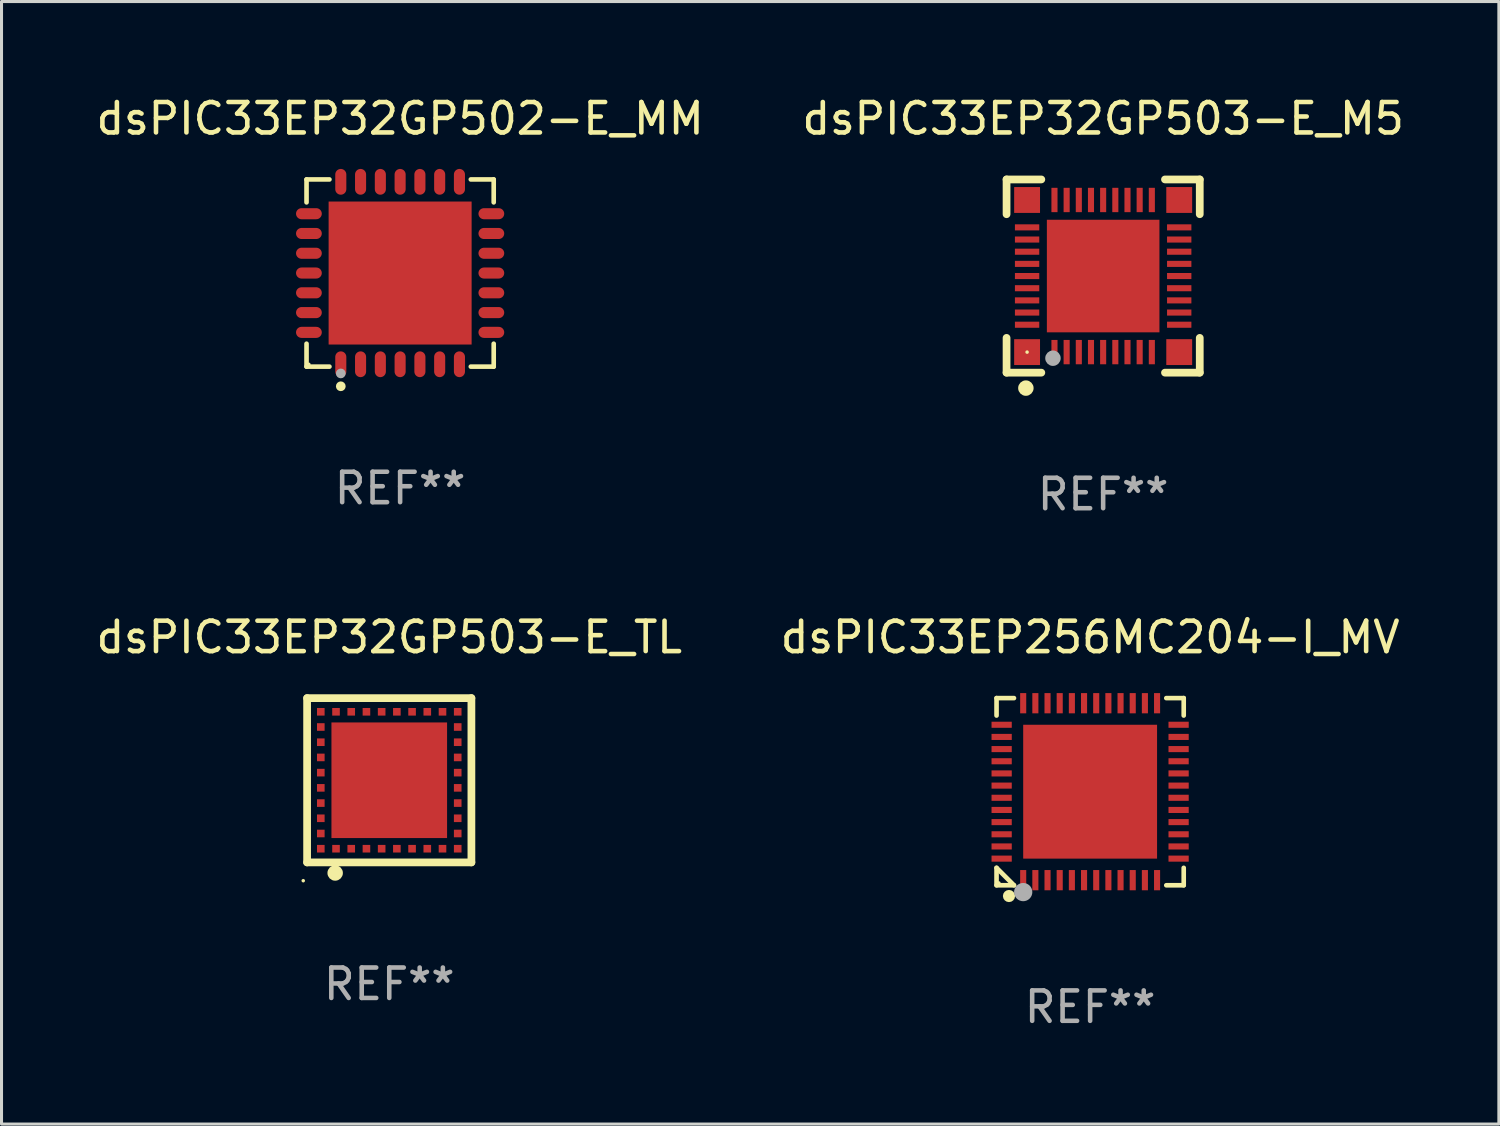
<source format=kicad_pcb>
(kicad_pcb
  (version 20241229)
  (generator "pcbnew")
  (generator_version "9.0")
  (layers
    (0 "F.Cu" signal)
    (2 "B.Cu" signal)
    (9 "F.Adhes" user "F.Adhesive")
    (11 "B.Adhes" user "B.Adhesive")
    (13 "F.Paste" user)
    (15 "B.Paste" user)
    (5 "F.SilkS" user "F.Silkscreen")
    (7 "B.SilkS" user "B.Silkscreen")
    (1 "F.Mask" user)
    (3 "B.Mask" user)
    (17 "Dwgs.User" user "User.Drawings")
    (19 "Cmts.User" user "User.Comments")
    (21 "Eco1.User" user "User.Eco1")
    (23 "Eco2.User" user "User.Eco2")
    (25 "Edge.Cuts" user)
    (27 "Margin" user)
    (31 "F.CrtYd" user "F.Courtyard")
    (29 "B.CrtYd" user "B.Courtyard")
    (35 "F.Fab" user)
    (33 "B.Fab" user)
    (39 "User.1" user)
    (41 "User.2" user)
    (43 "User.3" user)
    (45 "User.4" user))
  (footprint "dsPIC33EP32GP503-E_TL"
    (layer "F.Cu")
    (at 9.744 22.595)
    (property "Reference" "dsPIC33EP32GP503-E_TL" (at 0 -4.7 0) (layer "F.SilkS") (effects (font (size 1 1) (thickness 0.15))))
    (attr through_hole)
    (fp_line (start -2.7 -2.7) (end 2.7 -2.7) (stroke (width 0.254) (type solid)) (layer "F.SilkS"))
    (fp_line (start -2.7 2.7) (end -2.7 -2.7) (stroke (width 0.254) (type solid)) (layer "F.SilkS"))
    (fp_line (start 2.7 -2.7) (end 2.7 2.7) (stroke (width 0.254) (type solid)) (layer "F.SilkS"))
    (fp_line (start 2.7 2.7) (end -2.7 2.7) (stroke (width 0.254) (type solid)) (layer "F.SilkS"))
    (fp_circle (center -2.827 3.302) (end -2.797 3.302) (stroke (width 0.06) (type solid)) (fill no) (layer "F.SilkS"))
    (fp_circle (center -1.778 3.048) (end -1.651 3.048) (stroke (width 0.254) (type solid)) (fill no) (layer "F.SilkS"))
    (fp_text user "REF**" (at 0 6.7 0) (layer "F.Fab") (effects (font (size 1 1) (thickness 0.15))))
    (pad "1" smd rect (at -1.75 2.25) (size 0.25 0.25) (layers "F.Cu" "F.Mask" "F.Paste"))
    (pad "2" smd rect (at -1.25 2.25) (size 0.25 0.25) (layers "F.Cu" "F.Mask" "F.Paste"))
    (pad "3" smd rect (at -0.75 2.25) (size 0.25 0.25) (layers "F.Cu" "F.Mask" "F.Paste"))
    (pad "4" smd rect (at -0.25 2.25) (size 0.25 0.25) (layers "F.Cu" "F.Mask" "F.Paste"))
    (pad "5" smd rect (at 0.25 2.25) (size 0.25 0.25) (layers "F.Cu" "F.Mask" "F.Paste"))
    (pad "6" smd rect (at 0.75 2.25) (size 0.25 0.25) (layers "F.Cu" "F.Mask" "F.Paste"))
    (pad "7" smd rect (at 1.25 2.25) (size 0.25 0.25) (layers "F.Cu" "F.Mask" "F.Paste"))
    (pad "8" smd rect (at 1.75 2.25) (size 0.25 0.25) (layers "F.Cu" "F.Mask" "F.Paste"))
    (pad "9" smd rect (at 2.25 2.25) (size 0.25 0.25) (layers "F.Cu" "F.Mask" "F.Paste"))
    (pad "10" smd rect (at 2.25 1.75) (size 0.25 0.25) (layers "F.Cu" "F.Mask" "F.Paste"))
    (pad "11" smd rect (at 2.25 1.25) (size 0.25 0.25) (layers "F.Cu" "F.Mask" "F.Paste"))
    (pad "12" smd rect (at 2.25 0.75) (size 0.25 0.25) (layers "F.Cu" "F.Mask" "F.Paste"))
    (pad "13" smd rect (at 2.25 0.25) (size 0.25 0.25) (layers "F.Cu" "F.Mask" "F.Paste"))
    (pad "14" smd rect (at 2.25 -0.25) (size 0.25 0.25) (layers "F.Cu" "F.Mask" "F.Paste"))
    (pad "15" smd rect (at 2.25 -0.75) (size 0.25 0.25) (layers "F.Cu" "F.Mask" "F.Paste"))
    (pad "16" smd rect (at 2.25 -1.25) (size 0.25 0.25) (layers "F.Cu" "F.Mask" "F.Paste"))
    (pad "17" smd rect (at 2.25 -1.75) (size 0.25 0.25) (layers "F.Cu" "F.Mask" "F.Paste"))
    (pad "18" smd rect (at 2.25 -2.25) (size 0.25 0.25) (layers "F.Cu" "F.Mask" "F.Paste"))
    (pad "19" smd rect (at 1.75 -2.25) (size 0.25 0.25) (layers "F.Cu" "F.Mask" "F.Paste"))
    (pad "20" smd rect (at 1.25 -2.25) (size 0.25 0.25) (layers "F.Cu" "F.Mask" "F.Paste"))
    (pad "21" smd rect (at 0.75 -2.25) (size 0.25 0.25) (layers "F.Cu" "F.Mask" "F.Paste"))
    (pad "22" smd rect (at 0.25 -2.25) (size 0.25 0.25) (layers "F.Cu" "F.Mask" "F.Paste"))
    (pad "23" smd rect (at -0.25 -2.25) (size 0.25 0.25) (layers "F.Cu" "F.Mask" "F.Paste"))
    (pad "24" smd rect (at -0.75 -2.25) (size 0.25 0.25) (layers "F.Cu" "F.Mask" "F.Paste"))
    (pad "25" smd rect (at -1.25 -2.25) (size 0.25 0.25) (layers "F.Cu" "F.Mask" "F.Paste"))
    (pad "26" smd rect (at -1.75 -2.25) (size 0.25 0.25) (layers "F.Cu" "F.Mask" "F.Paste"))
    (pad "27" smd rect (at -2.25 -2.25) (size 0.25 0.25) (layers "F.Cu" "F.Mask" "F.Paste"))
    (pad "28" smd rect (at -2.25 -1.75) (size 0.25 0.25) (layers "F.Cu" "F.Mask" "F.Paste"))
    (pad "29" smd rect (at -2.25 -1.25) (size 0.25 0.25) (layers "F.Cu" "F.Mask" "F.Paste"))
    (pad "30" smd rect (at -2.25 -0.75) (size 0.25 0.25) (layers "F.Cu" "F.Mask" "F.Paste"))
    (pad "31" smd rect (at -2.25 -0.25) (size 0.25 0.25) (layers "F.Cu" "F.Mask" "F.Paste"))
    (pad "32" smd rect (at -2.25 0.25) (size 0.25 0.25) (layers "F.Cu" "F.Mask" "F.Paste"))
    (pad "33" smd rect (at -2.25 0.75) (size 0.25 0.25) (layers "F.Cu" "F.Mask" "F.Paste"))
    (pad "34" smd rect (at -2.25 1.25) (size 0.25 0.25) (layers "F.Cu" "F.Mask" "F.Paste"))
    (pad "35" smd rect (at -2.25 1.75) (size 0.25 0.25) (layers "F.Cu" "F.Mask" "F.Paste"))
    (pad "36" smd rect (at -2.25 2.25) (size 0.25 0.25) (layers "F.Cu" "F.Mask" "F.Paste"))
    (pad "37" smd rect (at 0.000127 -0.000076) (size 3.8 3.8) (layers "F.Cu" "F.Mask" "F.Paste")))
  (footprint "dsPIC33EP32GP503-E_M5"
    (layer "F.Cu")
    (at 33.208 6.023)
    (property "Reference" "dsPIC33EP32GP503-E_M5" (at 0 -5.175 0) (layer "F.SilkS") (effects (font (size 1 1) (thickness 0.15))))
    (attr through_hole)
    (fp_line (start -3.175 -3.175) (end -2.032 -3.175) (stroke (width 0.254) (type solid)) (layer "F.SilkS"))
    (fp_line (start -3.175 -2.032) (end -3.175 -3.175) (stroke (width 0.254) (type solid)) (layer "F.SilkS"))
    (fp_line (start -3.175 3.175) (end -3.175 2.032) (stroke (width 0.254) (type solid)) (layer "F.SilkS"))
    (fp_line (start -2.032 3.175) (end -3.175 3.175) (stroke (width 0.254) (type solid)) (layer "F.SilkS"))
    (fp_line (start 2.032 -3.175) (end 3.175 -3.175) (stroke (width 0.254) (type solid)) (layer "F.SilkS"))
    (fp_line (start 3.175 -3.175) (end 3.175 -2.032) (stroke (width 0.254) (type solid)) (layer "F.SilkS"))
    (fp_line (start 3.175 2.032) (end 3.175 3.175) (stroke (width 0.254) (type solid)) (layer "F.SilkS"))
    (fp_line (start 3.175 3.175) (end 2.032 3.175) (stroke (width 0.254) (type solid)) (layer "F.SilkS"))
    (fp_circle (center -2.54 3.683) (end -2.413 3.683) (stroke (width 0.254) (type solid)) (fill no) (layer "F.SilkS"))
    (fp_circle (center -2.5 2.5) (end -2.47 2.5) (stroke (width 0.06) (type solid)) (fill no) (layer "F.SilkS"))
    (fp_circle (center -1.65 2.7) (end -1.523 2.7) (stroke (width 0.254) (type solid)) (fill no) (layer "F.Fab"))
    (fp_text user "REF**" (at 0 7.175 0) (layer "F.Fab") (effects (font (size 1 1) (thickness 0.15))))
    (pad "1" smd rect (at -1.6 2.5) (size 0.2 0.8) (layers "F.Cu" "F.Mask" "F.Paste"))
    (pad "2" smd rect (at -1.2 2.5) (size 0.2 0.8) (layers "F.Cu" "F.Mask" "F.Paste"))
    (pad "3" smd rect (at -0.8 2.5) (size 0.2 0.8) (layers "F.Cu" "F.Mask" "F.Paste"))
    (pad "4" smd rect (at -0.4 2.5) (size 0.2 0.8) (layers "F.Cu" "F.Mask" "F.Paste"))
    (pad "5" smd rect (at -0.000051 2.5) (size 0.2 0.8) (layers "F.Cu" "F.Mask" "F.Paste"))
    (pad "6" smd rect (at 0.4 2.5) (size 0.2 0.8) (layers "F.Cu" "F.Mask" "F.Paste"))
    (pad "7" smd rect (at 0.8 2.5) (size 0.2 0.8) (layers "F.Cu" "F.Mask" "F.Paste"))
    (pad "8" smd rect (at 1.2 2.5) (size 0.2 0.8) (layers "F.Cu" "F.Mask" "F.Paste"))
    (pad "9" smd rect (at 1.6 2.5) (size 0.2 0.8) (layers "F.Cu" "F.Mask" "F.Paste"))
    (pad "10" smd rect (at 2.5 1.6 90) (size 0.2 0.8) (layers "F.Cu" "F.Mask" "F.Paste"))
    (pad "11" smd rect (at 2.5 1.2 90) (size 0.2 0.8) (layers "F.Cu" "F.Mask" "F.Paste"))
    (pad "12" smd rect (at 2.5 0.8 90) (size 0.2 0.8) (layers "F.Cu" "F.Mask" "F.Paste"))
    (pad "13" smd rect (at 2.5 0.4 90) (size 0.2 0.8) (layers "F.Cu" "F.Mask" "F.Paste"))
    (pad "14" smd rect (at 2.5 -0.000051 90) (size 0.2 0.8) (layers "F.Cu" "F.Mask" "F.Paste"))
    (pad "15" smd rect (at 2.5 -0.4 90) (size 0.2 0.8) (layers "F.Cu" "F.Mask" "F.Paste"))
    (pad "16" smd rect (at 2.5 -0.8 90) (size 0.2 0.8) (layers "F.Cu" "F.Mask" "F.Paste"))
    (pad "17" smd rect (at 2.5 -1.2 90) (size 0.2 0.8) (layers "F.Cu" "F.Mask" "F.Paste"))
    (pad "18" smd rect (at 2.5 -1.6 90) (size 0.2 0.8) (layers "F.Cu" "F.Mask" "F.Paste"))
    (pad "19" smd rect (at 1.6 -2.5 180) (size 0.2 0.8) (layers "F.Cu" "F.Mask" "F.Paste"))
    (pad "20" smd rect (at 1.2 -2.5 180) (size 0.2 0.8) (layers "F.Cu" "F.Mask" "F.Paste"))
    (pad "21" smd rect (at 0.8 -2.5 180) (size 0.2 0.8) (layers "F.Cu" "F.Mask" "F.Paste"))
    (pad "22" smd rect (at 0.4 -2.5 180) (size 0.2 0.8) (layers "F.Cu" "F.Mask" "F.Paste"))
    (pad "23" smd rect (at -0.000051 -2.5 180) (size 0.2 0.8) (layers "F.Cu" "F.Mask" "F.Paste"))
    (pad "24" smd rect (at -0.4 -2.5 180) (size 0.2 0.8) (layers "F.Cu" "F.Mask" "F.Paste"))
    (pad "25" smd rect (at -0.8 -2.5 180) (size 0.2 0.8) (layers "F.Cu" "F.Mask" "F.Paste"))
    (pad "26" smd rect (at -1.2 -2.5 180) (size 0.2 0.8) (layers "F.Cu" "F.Mask" "F.Paste"))
    (pad "27" smd rect (at -1.6 -2.5 180) (size 0.2 0.8) (layers "F.Cu" "F.Mask" "F.Paste"))
    (pad "28" smd rect (at -2.5 -1.6 270) (size 0.2 0.8) (layers "F.Cu" "F.Mask" "F.Paste"))
    (pad "29" smd rect (at -2.5 -1.2 270) (size 0.2 0.8) (layers "F.Cu" "F.Mask" "F.Paste"))
    (pad "30" smd rect (at -2.5 -0.8 270) (size 0.2 0.8) (layers "F.Cu" "F.Mask" "F.Paste"))
    (pad "31" smd rect (at -2.5 -0.4 270) (size 0.2 0.8) (layers "F.Cu" "F.Mask" "F.Paste"))
    (pad "32" smd rect (at -2.5 -0.000051 270) (size 0.2 0.8) (layers "F.Cu" "F.Mask" "F.Paste"))
    (pad "33" smd rect (at -2.5 0.4 270) (size 0.2 0.8) (layers "F.Cu" "F.Mask" "F.Paste"))
    (pad "34" smd rect (at -2.5 0.8 270) (size 0.2 0.8) (layers "F.Cu" "F.Mask" "F.Paste"))
    (pad "35" smd rect (at -2.5 1.2 270) (size 0.2 0.8) (layers "F.Cu" "F.Mask" "F.Paste"))
    (pad "36" smd rect (at -2.5 1.6 270) (size 0.2 0.8) (layers "F.Cu" "F.Mask" "F.Paste"))
    (pad "37" smd rect (at -2.5 -2.5) (size 0.85 0.85) (layers "F.Cu" "F.Mask" "F.Paste"))
    (pad "37" smd rect (at -2.5 2.5) (size 0.85 0.85) (layers "F.Cu" "F.Mask" "F.Paste"))
    (pad "37" smd rect (at -0.000051 -0.000051) (size 3.7 3.7) (layers "F.Cu" "F.Mask" "F.Paste"))
    (pad "37" smd rect (at 2.5 -2.5) (size 0.85 0.85) (layers "F.Cu" "F.Mask" "F.Paste"))
    (pad "37" smd rect (at 2.5 2.5) (size 0.85 0.85) (layers "F.Cu" "F.Mask" "F.Paste")))
  (footprint "dsPIC33EP32GP502-E_MM"
    (layer "F.Cu")
    (at 10.101 5.924)
    (property "Reference" "dsPIC33EP32GP502-E_MM" (at 0 -5.076 0) (layer "F.SilkS") (effects (font (size 1 1) (thickness 0.15))))
    (attr through_hole)
    (fp_line (start -3.076 -3.076) (end -2.323 -3.076) (stroke (width 0.152) (type solid)) (layer "F.SilkS"))
    (fp_line (start -3.076 -2.323) (end -3.076 -3.076) (stroke (width 0.152) (type solid)) (layer "F.SilkS"))
    (fp_line (start -3.076 2.323) (end -3.076 3.076) (stroke (width 0.152) (type solid)) (layer "F.SilkS"))
    (fp_line (start -3.076 3.076) (end -2.323 3.076) (stroke (width 0.152) (type solid)) (layer "F.SilkS"))
    (fp_line (start 3.076 -3.076) (end 2.323 -3.076) (stroke (width 0.152) (type solid)) (layer "F.SilkS"))
    (fp_line (start 3.076 -2.323) (end 3.076 -3.076) (stroke (width 0.152) (type solid)) (layer "F.SilkS"))
    (fp_line (start 3.076 2.323) (end 3.076 3.076) (stroke (width 0.152) (type solid)) (layer "F.SilkS"))
    (fp_line (start 3.076 3.076) (end 2.323 3.076) (stroke (width 0.152) (type solid)) (layer "F.SilkS"))
    (fp_circle (center -3 3) (end -2.97 3) (stroke (width 0.06) (type solid)) (fill no) (layer "F.SilkS"))
    (fp_circle (center -1.95 3.722) (end -1.87 3.722) (stroke (width 0.16) (type solid)) (fill no) (layer "F.SilkS"))
    (fp_circle (center -1.95 3.3) (end -1.87 3.3) (stroke (width 0.16) (type solid)) (fill no) (layer "F.Fab"))
    (fp_text user "REF**" (at 0 7.076 0) (layer "F.Fab") (effects (font (size 1 1) (thickness 0.15))))
    (pad "1" smd oval (at -1.95 2.998) (size 0.364 0.847) (layers "F.Cu" "F.Mask" "F.Paste"))
    (pad "2" smd oval (at -1.3 2.998) (size 0.364 0.847) (layers "F.Cu" "F.Mask" "F.Paste"))
    (pad "3" smd oval (at -0.65 2.998) (size 0.364 0.847) (layers "F.Cu" "F.Mask" "F.Paste"))
    (pad "4" smd oval (at 0 2.998) (size 0.364 0.847) (layers "F.Cu" "F.Mask" "F.Paste"))
    (pad "5" smd oval (at 0.65 2.998) (size 0.364 0.847) (layers "F.Cu" "F.Mask" "F.Paste"))
    (pad "6" smd oval (at 1.3 2.998) (size 0.364 0.847) (layers "F.Cu" "F.Mask" "F.Paste"))
    (pad "7" smd oval (at 1.95 2.998) (size 0.364 0.847) (layers "F.Cu" "F.Mask" "F.Paste"))
    (pad "8" smd oval (at 2.998 1.95) (size 0.847 0.364) (layers "F.Cu" "F.Mask" "F.Paste"))
    (pad "9" smd oval (at 2.998 1.3) (size 0.847 0.364) (layers "F.Cu" "F.Mask" "F.Paste"))
    (pad "10" smd oval (at 2.998 0.65) (size 0.847 0.364) (layers "F.Cu" "F.Mask" "F.Paste"))
    (pad "11" smd oval (at 2.998 0) (size 0.847 0.364) (layers "F.Cu" "F.Mask" "F.Paste"))
    (pad "12" smd oval (at 2.998 -0.65) (size 0.847 0.364) (layers "F.Cu" "F.Mask" "F.Paste"))
    (pad "13" smd oval (at 2.998 -1.3) (size 0.847 0.364) (layers "F.Cu" "F.Mask" "F.Paste"))
    (pad "14" smd oval (at 2.998 -1.95) (size 0.847 0.364) (layers "F.Cu" "F.Mask" "F.Paste"))
    (pad "15" smd oval (at 1.95 -2.998) (size 0.364 0.847) (layers "F.Cu" "F.Mask" "F.Paste"))
    (pad "16" smd oval (at 1.3 -2.998) (size 0.364 0.847) (layers "F.Cu" "F.Mask" "F.Paste"))
    (pad "17" smd oval (at 0.65 -2.998) (size 0.364 0.847) (layers "F.Cu" "F.Mask" "F.Paste"))
    (pad "18" smd oval (at 0 -2.998) (size 0.364 0.847) (layers "F.Cu" "F.Mask" "F.Paste"))
    (pad "19" smd oval (at -0.65 -2.998) (size 0.364 0.847) (layers "F.Cu" "F.Mask" "F.Paste"))
    (pad "20" smd oval (at -1.3 -2.998) (size 0.364 0.847) (layers "F.Cu" "F.Mask" "F.Paste"))
    (pad "21" smd oval (at -1.95 -2.998) (size 0.364 0.847) (layers "F.Cu" "F.Mask" "F.Paste"))
    (pad "22" smd oval (at -2.998 -1.95) (size 0.847 0.364) (layers "F.Cu" "F.Mask" "F.Paste"))
    (pad "23" smd oval (at -2.998 -1.3) (size 0.847 0.364) (layers "F.Cu" "F.Mask" "F.Paste"))
    (pad "24" smd oval (at -2.998 -0.65) (size 0.847 0.364) (layers "F.Cu" "F.Mask" "F.Paste"))
    (pad "25" smd oval (at -2.998 0) (size 0.847 0.364) (layers "F.Cu" "F.Mask" "F.Paste"))
    (pad "26" smd oval (at -2.998 0.65) (size 0.847 0.364) (layers "F.Cu" "F.Mask" "F.Paste"))
    (pad "27" smd oval (at -2.998 1.3) (size 0.847 0.364) (layers "F.Cu" "F.Mask" "F.Paste"))
    (pad "28" smd oval (at -2.998 1.95) (size 0.847 0.364) (layers "F.Cu" "F.Mask" "F.Paste"))
    (pad "29" smd rect (at 0 0) (size 4.7 4.7) (layers "F.Cu" "F.Mask" "F.Paste")))
  (footprint "dsPIC33EP256MC204-I_MV"
    (layer "F.Cu")
    (at 32.78 22.971)
    (property "Reference" "dsPIC33EP256MC204-I_MV" (at 0 -5.076 0) (layer "F.SilkS") (effects (font (size 1 1) (thickness 0.15))))
    (attr through_hole)
    (fp_line (start -3.076 -3.076) (end -2.503 -3.076) (stroke (width 0.152) (type solid)) (layer "F.SilkS"))
    (fp_line (start -3.076 -2.503) (end -3.076 -3.076) (stroke (width 0.152) (type solid)) (layer "F.SilkS"))
    (fp_line (start -3.076 2.503) (end -3.076 3.076) (stroke (width 0.152) (type solid)) (layer "F.SilkS"))
    (fp_line (start -3.076 2.503) (end -2.503 3.076) (stroke (width 0.152) (type solid)) (layer "F.SilkS"))
    (fp_line (start -3.076 3.076) (end -2.503 3.076) (stroke (width 0.152) (type solid)) (layer "F.SilkS"))
    (fp_line (start 3.076 -3.076) (end 2.503 -3.076) (stroke (width 0.152) (type solid)) (layer "F.SilkS"))
    (fp_line (start 3.076 -2.503) (end 3.076 -3.076) (stroke (width 0.152) (type solid)) (layer "F.SilkS"))
    (fp_line (start 3.076 2.503) (end 3.076 3.076) (stroke (width 0.152) (type solid)) (layer "F.SilkS"))
    (fp_line (start 3.076 3.076) (end 2.503 3.076) (stroke (width 0.152) (type solid)) (layer "F.SilkS"))
    (fp_circle (center -3 3) (end -2.97 3) (stroke (width 0.06) (type solid)) (fill no) (layer "F.SilkS"))
    (fp_circle (center -2.667 3.429) (end -2.567 3.429) (stroke (width 0.2) (type solid)) (fill no) (layer "F.SilkS"))
    (fp_circle (center -2.2 3.3) (end -2.05 3.3) (stroke (width 0.3) (type solid)) (fill no) (layer "F.Fab"))
    (fp_text user "REF**" (at 0 7.076 0) (layer "F.Fab") (effects (font (size 1 1) (thickness 0.15))))
    (pad "1" smd rect (at -2.2 2.908) (size 0.2 0.665) (layers "F.Cu" "F.Mask" "F.Paste"))
    (pad "2" smd rect (at -1.8 2.908) (size 0.2 0.665) (layers "F.Cu" "F.Mask" "F.Paste"))
    (pad "3" smd rect (at -1.4 2.908) (size 0.2 0.665) (layers "F.Cu" "F.Mask" "F.Paste"))
    (pad "4" smd rect (at -1 2.908) (size 0.2 0.665) (layers "F.Cu" "F.Mask" "F.Paste"))
    (pad "5" smd rect (at -0.6 2.908) (size 0.2 0.665) (layers "F.Cu" "F.Mask" "F.Paste"))
    (pad "6" smd rect (at -0.2 2.908) (size 0.2 0.665) (layers "F.Cu" "F.Mask" "F.Paste"))
    (pad "7" smd rect (at 0.2 2.908) (size 0.2 0.665) (layers "F.Cu" "F.Mask" "F.Paste"))
    (pad "8" smd rect (at 0.6 2.908) (size 0.2 0.665) (layers "F.Cu" "F.Mask" "F.Paste"))
    (pad "9" smd rect (at 1 2.908) (size 0.2 0.665) (layers "F.Cu" "F.Mask" "F.Paste"))
    (pad "10" smd rect (at 1.4 2.908) (size 0.2 0.665) (layers "F.Cu" "F.Mask" "F.Paste"))
    (pad "11" smd rect (at 1.8 2.908) (size 0.2 0.665) (layers "F.Cu" "F.Mask" "F.Paste"))
    (pad "12" smd rect (at 2.2 2.908) (size 0.2 0.665) (layers "F.Cu" "F.Mask" "F.Paste"))
    (pad "13" smd rect (at 2.908 2.2) (size 0.665 0.2) (layers "F.Cu" "F.Mask" "F.Paste"))
    (pad "14" smd rect (at 2.908 1.8) (size 0.665 0.2) (layers "F.Cu" "F.Mask" "F.Paste"))
    (pad "15" smd rect (at 2.908 1.4) (size 0.665 0.2) (layers "F.Cu" "F.Mask" "F.Paste"))
    (pad "16" smd rect (at 2.908 1) (size 0.665 0.2) (layers "F.Cu" "F.Mask" "F.Paste"))
    (pad "17" smd rect (at 2.908 0.6) (size 0.665 0.2) (layers "F.Cu" "F.Mask" "F.Paste"))
    (pad "18" smd rect (at 2.908 0.2) (size 0.665 0.2) (layers "F.Cu" "F.Mask" "F.Paste"))
    (pad "19" smd rect (at 2.908 -0.2) (size 0.665 0.2) (layers "F.Cu" "F.Mask" "F.Paste"))
    (pad "20" smd rect (at 2.908 -0.6) (size 0.665 0.2) (layers "F.Cu" "F.Mask" "F.Paste"))
    (pad "21" smd rect (at 2.908 -1) (size 0.665 0.2) (layers "F.Cu" "F.Mask" "F.Paste"))
    (pad "22" smd rect (at 2.908 -1.4) (size 0.665 0.2) (layers "F.Cu" "F.Mask" "F.Paste"))
    (pad "23" smd rect (at 2.908 -1.8) (size 0.665 0.2) (layers "F.Cu" "F.Mask" "F.Paste"))
    (pad "24" smd rect (at 2.908 -2.2) (size 0.665 0.2) (layers "F.Cu" "F.Mask" "F.Paste"))
    (pad "25" smd rect (at 2.2 -2.908) (size 0.2 0.665) (layers "F.Cu" "F.Mask" "F.Paste"))
    (pad "26" smd rect (at 1.8 -2.908) (size 0.2 0.665) (layers "F.Cu" "F.Mask" "F.Paste"))
    (pad "27" smd rect (at 1.4 -2.908) (size 0.2 0.665) (layers "F.Cu" "F.Mask" "F.Paste"))
    (pad "28" smd rect (at 1 -2.908) (size 0.2 0.665) (layers "F.Cu" "F.Mask" "F.Paste"))
    (pad "29" smd rect (at 0.6 -2.908) (size 0.2 0.665) (layers "F.Cu" "F.Mask" "F.Paste"))
    (pad "30" smd rect (at 0.2 -2.908) (size 0.2 0.665) (layers "F.Cu" "F.Mask" "F.Paste"))
    (pad "31" smd rect (at -0.2 -2.908) (size 0.2 0.665) (layers "F.Cu" "F.Mask" "F.Paste"))
    (pad "32" smd rect (at -0.6 -2.908) (size 0.2 0.665) (layers "F.Cu" "F.Mask" "F.Paste"))
    (pad "33" smd rect (at -1 -2.908) (size 0.2 0.665) (layers "F.Cu" "F.Mask" "F.Paste"))
    (pad "34" smd rect (at -1.4 -2.908) (size 0.2 0.665) (layers "F.Cu" "F.Mask" "F.Paste"))
    (pad "35" smd rect (at -1.8 -2.908) (size 0.2 0.665) (layers "F.Cu" "F.Mask" "F.Paste"))
    (pad "36" smd rect (at -2.2 -2.908) (size 0.2 0.665) (layers "F.Cu" "F.Mask" "F.Paste"))
    (pad "37" smd rect (at -2.908 -2.2) (size 0.665 0.2) (layers "F.Cu" "F.Mask" "F.Paste"))
    (pad "38" smd rect (at -2.908 -1.8) (size 0.665 0.2) (layers "F.Cu" "F.Mask" "F.Paste"))
    (pad "39" smd rect (at -2.908 -1.4) (size 0.665 0.2) (layers "F.Cu" "F.Mask" "F.Paste"))
    (pad "40" smd rect (at -2.908 -1) (size 0.665 0.2) (layers "F.Cu" "F.Mask" "F.Paste"))
    (pad "41" smd rect (at -2.908 -0.6) (size 0.665 0.2) (layers "F.Cu" "F.Mask" "F.Paste"))
    (pad "42" smd rect (at -2.908 -0.2) (size 0.665 0.2) (layers "F.Cu" "F.Mask" "F.Paste"))
    (pad "43" smd rect (at -2.908 0.2) (size 0.665 0.2) (layers "F.Cu" "F.Mask" "F.Paste"))
    (pad "44" smd rect (at -2.908 0.6) (size 0.665 0.2) (layers "F.Cu" "F.Mask" "F.Paste"))
    (pad "45" smd rect (at -2.908 1) (size 0.665 0.2) (layers "F.Cu" "F.Mask" "F.Paste"))
    (pad "46" smd rect (at -2.908 1.4) (size 0.665 0.2) (layers "F.Cu" "F.Mask" "F.Paste"))
    (pad "47" smd rect (at -2.908 1.8) (size 0.665 0.2) (layers "F.Cu" "F.Mask" "F.Paste"))
    (pad "48" smd rect (at -2.908 2.2) (size 0.665 0.2) (layers "F.Cu" "F.Mask" "F.Paste"))
    (pad "49" smd rect (at 0 0) (size 4.4 4.4) (layers "F.Cu" "F.Mask" "F.Paste")))
  (gr_rect
    (start -3 -3)
    (end 46.214 33.895)
    (stroke (width 0.1) (type default))
    (fill no)
    (layer "Edge.Cuts")))
</source>
